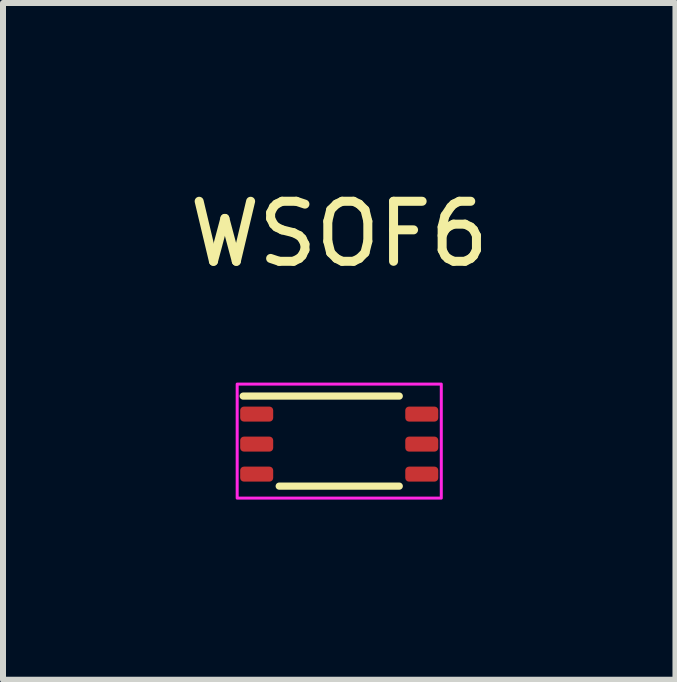
<source format=kicad_pcb>
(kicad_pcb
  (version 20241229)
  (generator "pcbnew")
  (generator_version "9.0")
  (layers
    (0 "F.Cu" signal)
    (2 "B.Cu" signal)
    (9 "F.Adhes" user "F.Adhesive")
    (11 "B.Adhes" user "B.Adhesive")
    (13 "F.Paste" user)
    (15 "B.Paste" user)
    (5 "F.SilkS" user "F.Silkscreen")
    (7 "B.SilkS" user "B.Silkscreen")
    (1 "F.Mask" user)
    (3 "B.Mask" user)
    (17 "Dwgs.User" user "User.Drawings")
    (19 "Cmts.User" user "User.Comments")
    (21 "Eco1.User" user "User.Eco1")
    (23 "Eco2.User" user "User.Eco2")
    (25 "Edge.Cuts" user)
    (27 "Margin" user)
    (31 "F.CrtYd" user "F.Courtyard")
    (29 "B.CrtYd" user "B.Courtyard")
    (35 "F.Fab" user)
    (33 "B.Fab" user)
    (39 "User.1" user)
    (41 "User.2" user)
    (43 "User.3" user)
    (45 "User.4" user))
  (footprint "WSOF6"
    (layer "F.Cu")
    (at 2.601 4.348)
    (property "Reference" "WSOF6" (at 0 -3.5 0) (unlocked yes) (layer "F.SilkS") (effects (font (size 1 1) (thickness 0.15))))
    (attr smd)
    (fp_line (start -1.6 -0.8) (end 1 -0.8) (stroke (width 0.12) (type solid)) (layer "F.SilkS"))
    (fp_line (start 1 0.7) (end -1 0.7) (stroke (width 0.12) (type solid)) (layer "F.SilkS"))
    (fp_rect (start -1.7 -1) (end 1.7 0.9) (stroke (width 0.05) (type solid)) (fill no) (layer "F.CrtYd"))
    (pad "1" smd roundrect (at -1.375 -0.5) (size 0.55 0.25) (layers "F.Cu" "F.Mask" "F.Paste") (roundrect_rratio 0.25))
    (pad "2" smd roundrect (at -1.375 0) (size 0.55 0.25) (layers "F.Cu" "F.Mask" "F.Paste") (roundrect_rratio 0.25))
    (pad "3" smd roundrect (at -1.375 0.5) (size 0.55 0.25) (layers "F.Cu" "F.Mask" "F.Paste") (roundrect_rratio 0.25))
    (pad "4" smd roundrect (at 1.375 0.5) (size 0.55 0.25) (layers "F.Cu" "F.Mask" "F.Paste") (roundrect_rratio 0.25))
    (pad "5" smd roundrect (at 1.375 0) (size 0.55 0.25) (layers "F.Cu" "F.Mask" "F.Paste") (roundrect_rratio 0.25))
    (pad "6" smd roundrect (at 1.375 -0.5) (size 0.55 0.25) (layers "F.Cu" "F.Mask" "F.Paste") (roundrect_rratio 0.25)))
  (gr_rect
    (start -3 -3)
    (end 8.202 8.273)
    (stroke (width 0.1) (type default))
    (fill no)
    (layer "Edge.Cuts")))
</source>
